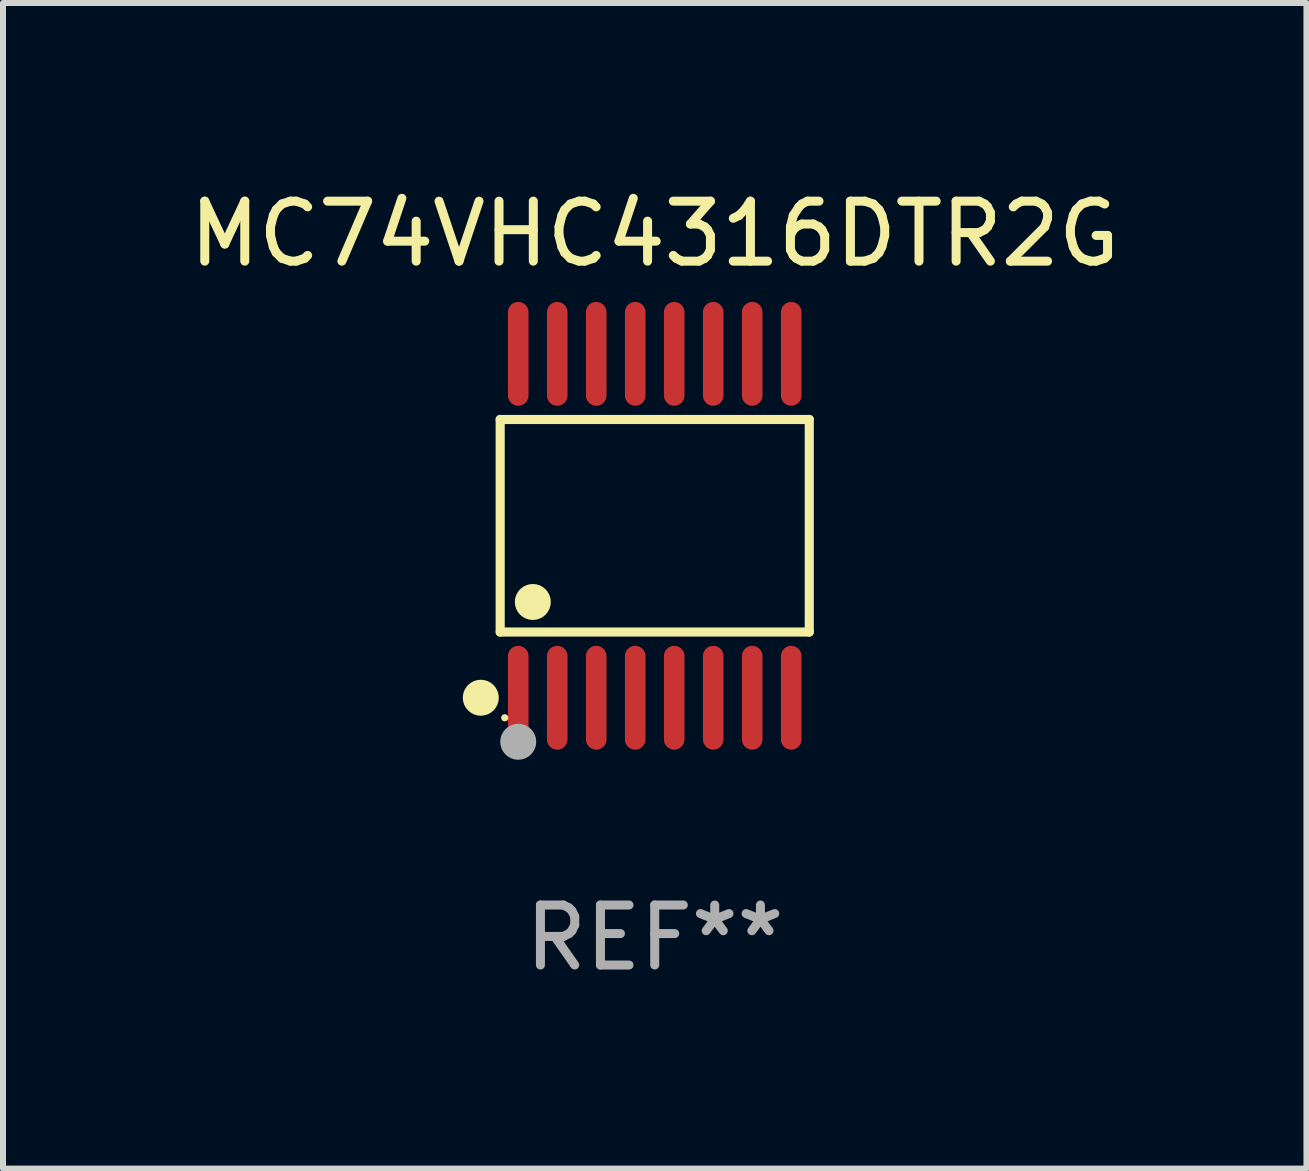
<source format=kicad_pcb>
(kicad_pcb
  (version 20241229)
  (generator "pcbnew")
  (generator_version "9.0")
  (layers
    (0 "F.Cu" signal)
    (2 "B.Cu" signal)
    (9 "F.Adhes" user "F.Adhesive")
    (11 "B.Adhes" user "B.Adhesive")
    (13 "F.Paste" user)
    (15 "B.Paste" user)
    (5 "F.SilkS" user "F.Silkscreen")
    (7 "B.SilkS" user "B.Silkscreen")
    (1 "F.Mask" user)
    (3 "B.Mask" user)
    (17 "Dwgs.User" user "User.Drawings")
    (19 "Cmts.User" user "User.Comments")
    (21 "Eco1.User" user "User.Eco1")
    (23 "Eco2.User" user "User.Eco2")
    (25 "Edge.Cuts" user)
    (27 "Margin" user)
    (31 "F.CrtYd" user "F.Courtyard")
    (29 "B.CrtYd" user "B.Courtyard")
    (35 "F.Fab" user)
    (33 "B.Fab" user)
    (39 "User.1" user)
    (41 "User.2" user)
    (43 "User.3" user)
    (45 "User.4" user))
  (footprint "MC74VHC4316DTR2G"
    (layer "F.Cu")
    (at 7.863 5.714)
    (property "Reference" "MC74VHC4316DTR2G" (at 0 -4.866 0) (layer "F.SilkS") (effects (font (size 1 1) (thickness 0.15))))
    (attr through_hole)
    (fp_line (start -2.576 -1.772) (end 2.576 -1.772) (stroke (width 0.152) (type solid)) (layer "F.SilkS"))
    (fp_line (start -2.576 1.771) (end -2.576 -1.772) (stroke (width 0.152) (type solid)) (layer "F.SilkS"))
    (fp_line (start 2.576 -1.772) (end 2.576 1.771) (stroke (width 0.152) (type solid)) (layer "F.SilkS"))
    (fp_line (start 2.576 1.771) (end -2.576 1.771) (stroke (width 0.152) (type solid)) (layer "F.SilkS"))
    (fp_circle (center -2.899 2.866) (end -2.749 2.866) (stroke (width 0.3) (type solid)) (fill no) (layer "F.SilkS"))
    (fp_circle (center -2.5 3.2) (end -2.47 3.2) (stroke (width 0.06) (type solid)) (fill no) (layer "F.SilkS"))
    (fp_circle (center -2.032 1.27) (end -1.882 1.27) (stroke (width 0.3) (type solid)) (fill no) (layer "F.SilkS"))
    (fp_circle (center -2.275 3.6) (end -2.125 3.6) (stroke (width 0.3) (type solid)) (fill no) (layer "F.Fab"))
    (fp_text user "REF**" (at 0 6.866 0) (layer "F.Fab") (effects (font (size 1 1) (thickness 0.15))))
    (pad "1" smd oval (at -2.275 2.866) (size 0.343 1.731) (layers "F.Cu" "F.Mask" "F.Paste"))
    (pad "2" smd oval (at -1.625 2.866) (size 0.343 1.731) (layers "F.Cu" "F.Mask" "F.Paste"))
    (pad "3" smd oval (at -0.975 2.866) (size 0.343 1.731) (layers "F.Cu" "F.Mask" "F.Paste"))
    (pad "4" smd oval (at -0.325 2.866) (size 0.343 1.731) (layers "F.Cu" "F.Mask" "F.Paste"))
    (pad "5" smd oval (at 0.325 2.866) (size 0.343 1.731) (layers "F.Cu" "F.Mask" "F.Paste"))
    (pad "6" smd oval (at 0.975 2.866) (size 0.343 1.731) (layers "F.Cu" "F.Mask" "F.Paste"))
    (pad "7" smd oval (at 1.625 2.866) (size 0.343 1.731) (layers "F.Cu" "F.Mask" "F.Paste"))
    (pad "8" smd oval (at 2.275 2.866) (size 0.343 1.731) (layers "F.Cu" "F.Mask" "F.Paste"))
    (pad "9" smd oval (at 2.275 -2.866) (size 0.343 1.731) (layers "F.Cu" "F.Mask" "F.Paste"))
    (pad "10" smd oval (at 1.625 -2.866) (size 0.343 1.731) (layers "F.Cu" "F.Mask" "F.Paste"))
    (pad "11" smd oval (at 0.975 -2.866) (size 0.343 1.731) (layers "F.Cu" "F.Mask" "F.Paste"))
    (pad "12" smd oval (at 0.325 -2.866) (size 0.343 1.731) (layers "F.Cu" "F.Mask" "F.Paste"))
    (pad "13" smd oval (at -0.325 -2.866) (size 0.343 1.731) (layers "F.Cu" "F.Mask" "F.Paste"))
    (pad "14" smd oval (at -0.975 -2.866) (size 0.343 1.731) (layers "F.Cu" "F.Mask" "F.Paste"))
    (pad "15" smd oval (at -1.625 -2.866) (size 0.343 1.731) (layers "F.Cu" "F.Mask" "F.Paste"))
    (pad "16" smd oval (at -2.275 -2.866) (size 0.343 1.731) (layers "F.Cu" "F.Mask" "F.Paste")))
  (gr_rect
    (start -3 -3)
    (end 18.726 16.428)
    (stroke (width 0.1) (type default))
    (fill no)
    (layer "Edge.Cuts")))
</source>
